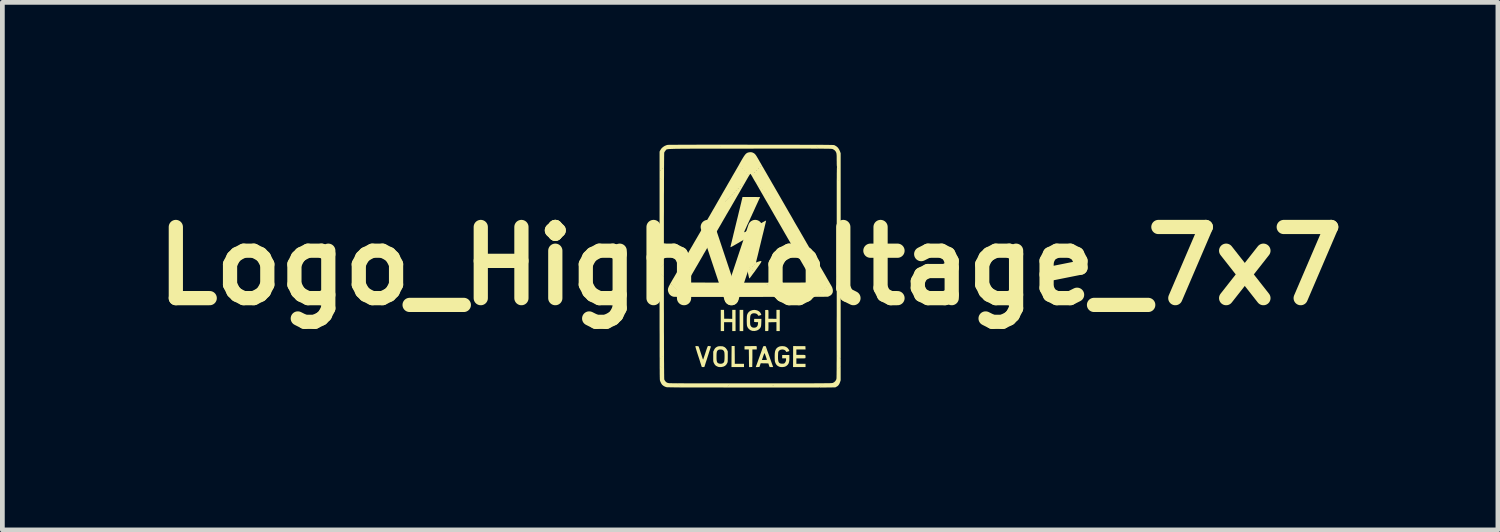
<source format=kicad_pcb>
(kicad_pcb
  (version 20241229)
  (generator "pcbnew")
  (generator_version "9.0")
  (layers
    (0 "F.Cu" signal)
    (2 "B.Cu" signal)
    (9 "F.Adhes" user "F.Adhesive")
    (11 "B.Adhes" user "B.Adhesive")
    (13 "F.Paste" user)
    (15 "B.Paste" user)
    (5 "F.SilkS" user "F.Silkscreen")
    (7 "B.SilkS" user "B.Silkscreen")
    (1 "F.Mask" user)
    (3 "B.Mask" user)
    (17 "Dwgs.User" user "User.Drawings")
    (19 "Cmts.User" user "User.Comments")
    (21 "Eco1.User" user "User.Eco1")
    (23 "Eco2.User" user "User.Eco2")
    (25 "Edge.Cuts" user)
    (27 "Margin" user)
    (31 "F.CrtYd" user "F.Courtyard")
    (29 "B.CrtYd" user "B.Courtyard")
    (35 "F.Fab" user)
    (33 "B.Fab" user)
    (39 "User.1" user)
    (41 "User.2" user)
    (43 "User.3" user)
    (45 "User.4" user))
  (footprint "Logo_HighVoltage_7x7"
    (layer "F.Cu")
    (at 12.764 2.557)
    (property "Reference" "Logo_HighVoltage_7x7" (at 0 0 0) (layer "F.SilkS") (effects (font (size 1.5 1.5) (thickness 0.3))))
    (attr board_only exclude_from_pos_files exclude_from_bom)
    (fp_poly (pts (xy -0.145 1.15) (xy -0.145 1.373) (xy -0.183 1.373) (xy -0.221 1.373) (xy -0.221 1.15) (xy -0.221 0.926) (xy -0.183 0.926) (xy -0.145 0.926)) (stroke (width 0) (type solid)) (fill yes) (layer "F.SilkS"))
    (fp_poly (pts (xy -0.324 1.875) (xy -0.323 2.062) (xy -0.226 2.062) (xy -0.129 2.062) (xy -0.129 2.097) (xy -0.129 2.132) (xy -0.261 2.132) (xy -0.393 2.132) (xy -0.392 1.91) (xy -0.39 1.688) (xy -0.358 1.688) (xy -0.326 1.688)) (stroke (width 0) (type solid)) (fill yes) (layer "F.SilkS"))
    (fp_poly (pts (xy -0.548 1.019) (xy -0.547 1.112) (xy -0.462 1.113) (xy -0.377 1.115) (xy -0.377 1.021) (xy -0.377 0.926) (xy -0.342 0.926) (xy -0.307 0.926) (xy -0.307 1.15) (xy -0.307 1.373) (xy -0.342 1.373) (xy -0.377 1.373) (xy -0.377 1.279) (xy -0.377 1.185) (xy -0.463 1.185) (xy -0.549 1.185) (xy -0.549 1.279) (xy -0.549 1.373) (xy -0.584 1.373) (xy -0.619 1.373) (xy -0.619 1.15) (xy -0.619 0.926) (xy -0.584 0.926) (xy -0.55 0.926)) (stroke (width 0) (type solid)) (fill yes) (layer "F.SilkS"))
    (fp_poly (pts (xy 1.037 1.69) (xy 1.166 1.691) (xy 1.167 1.726) (xy 1.169 1.761) (xy 1.072 1.761) (xy 0.975 1.761) (xy 0.975 1.817) (xy 0.975 1.874) (xy 1.059 1.874) (xy 1.096 1.874) (xy 1.124 1.874) (xy 1.143 1.876) (xy 1.156 1.878) (xy 1.164 1.883) (xy 1.167 1.889) (xy 1.168 1.899) (xy 1.168 1.911) (xy 1.168 1.912) (xy 1.168 1.931) (xy 1.165 1.942) (xy 1.16 1.946) (xy 1.152 1.947) (xy 1.135 1.948) (xy 1.112 1.949) (xy 1.083 1.949) (xy 1.063 1.949) (xy 0.975 1.949) (xy 0.975 2.006) (xy 0.975 2.062) (xy 1.072 2.062) (xy 1.168 2.062) (xy 1.168 2.097) (xy 1.168 2.132) (xy 1.037 2.132) (xy 0.905 2.132) (xy 0.906 1.911) (xy 0.907 1.689)) (stroke (width 0) (type solid)) (fill yes) (layer "F.SilkS"))
    (fp_poly (pts (xy 0.625 1.15) (xy 0.625 1.373) (xy 0.59 1.373) (xy 0.555 1.373) (xy 0.555 1.279) (xy 0.555 1.184) (xy 0.471 1.186) (xy 0.387 1.187) (xy 0.387 1.273) (xy 0.387 1.303) (xy 0.386 1.329) (xy 0.385 1.35) (xy 0.384 1.363) (xy 0.384 1.366) (xy 0.378 1.369) (xy 0.365 1.372) (xy 0.349 1.373) (xy 0.334 1.373) (xy 0.322 1.372) (xy 0.317 1.369) (xy 0.317 1.363) (xy 0.317 1.347) (xy 0.317 1.323) (xy 0.317 1.292) (xy 0.317 1.254) (xy 0.317 1.212) (xy 0.317 1.165) (xy 0.317 1.147) (xy 0.318 0.929) (xy 0.349 0.927) (xy 0.367 0.927) (xy 0.377 0.928) (xy 0.382 0.932) (xy 0.385 0.94) (xy 0.385 0.94) (xy 0.386 0.951) (xy 0.387 0.97) (xy 0.387 0.994) (xy 0.387 1.023) (xy 0.387 1.033) (xy 0.386 1.112) (xy 0.47 1.113) (xy 0.555 1.115) (xy 0.555 1.021) (xy 0.555 0.926) (xy 0.59 0.926) (xy 0.625 0.926)) (stroke (width 0) (type solid)) (fill yes) (layer "F.SilkS"))
    (fp_poly (pts (xy 0.117 1.689) (xy 0.129 1.69) (xy 0.131 1.69) (xy 0.136 1.693) (xy 0.139 1.701) (xy 0.14 1.717) (xy 0.14 1.726) (xy 0.14 1.761) (xy 0.094 1.761) (xy 0.048 1.761) (xy 0.048 1.889) (xy 0.048 1.929) (xy 0.047 1.969) (xy 0.047 2.007) (xy 0.047 2.04) (xy 0.046 2.066) (xy 0.046 2.073) (xy 0.045 2.13) (xy 0.012 2.131) (xy -0.022 2.133) (xy -0.022 2.115) (xy -0.023 2.098) (xy -0.023 2.071) (xy -0.023 2.07) (xy 0.027 2.07) (xy 0.03 2.073) (xy 0.032 2.07) (xy 0.03 2.068) (xy 0.027 2.07) (xy -0.023 2.07) (xy -0.024 2.054) (xy 0.011 2.054) (xy 0.013 2.057) (xy 0.016 2.054) (xy 0.013 2.052) (xy 0.011 2.054) (xy -0.024 2.054) (xy -0.024 2.033) (xy -0.025 1.986) (xy -0.025 1.93) (xy -0.026 1.87) (xy -0.027 1.761) (xy -0.073 1.761) (xy -0.118 1.761) (xy -0.118 1.726) (xy -0.118 1.691) (xy 0.002 1.69) (xy 0.037 1.689) (xy 0.069 1.689) (xy 0.096 1.689)) (stroke (width 0) (type solid)) (fill yes) (layer "F.SilkS"))
    (fp_poly (pts (xy -0.866 1.688) (xy -0.85 1.69) (xy -0.836 1.693) (xy -0.828 1.696) (xy -0.827 1.698) (xy -0.83 1.708) (xy -0.835 1.726) (xy -0.844 1.752) (xy -0.853 1.783) (xy -0.865 1.817) (xy -0.876 1.854) (xy -0.888 1.892) (xy -0.9 1.929) (xy -0.911 1.964) (xy -0.921 1.994) (xy -0.929 2.019) (xy -0.932 2.027) (xy -0.941 2.056) (xy -0.949 2.082) (xy -0.956 2.103) (xy -0.96 2.116) (xy -0.961 2.12) (xy -0.965 2.128) (xy -0.972 2.131) (xy -0.986 2.132) (xy -0.991 2.132) (xy -1.009 2.131) (xy -1.019 2.127) (xy -1.021 2.126) (xy -1.023 2.118) (xy -1.028 2.103) (xy -1.035 2.081) (xy -1.043 2.055) (xy -1.047 2.044) (xy -1.055 2.017) (xy -1.066 1.982) (xy -1.079 1.942) (xy -1.093 1.9) (xy -1.107 1.857) (xy -1.115 1.832) (xy -1.129 1.786) (xy -1.14 1.75) (xy -1.148 1.723) (xy -1.152 1.705) (xy -1.154 1.694) (xy -1.153 1.691) (xy -1.144 1.689) (xy -1.129 1.689) (xy -1.112 1.69) (xy -1.097 1.692) (xy -1.088 1.695) (xy -1.087 1.695) (xy -1.084 1.702) (xy -1.079 1.716) (xy -1.071 1.737) (xy -1.063 1.762) (xy -1.061 1.769) (xy -1.044 1.821) (xy -1.03 1.863) (xy -1.019 1.898) (xy -1.01 1.924) (xy -1.004 1.944) (xy -0.999 1.958) (xy -0.995 1.966) (xy -0.993 1.971) (xy -0.991 1.972) (xy -0.99 1.972) (xy -0.988 1.966) (xy -0.982 1.951) (xy -0.975 1.929) (xy -0.965 1.9) (xy -0.954 1.867) (xy -0.942 1.83) (xy -0.942 1.83) (xy -0.93 1.793) (xy -0.919 1.76) (xy -0.909 1.731) (xy -0.9 1.709) (xy -0.894 1.695) (xy -0.891 1.689) (xy -0.891 1.689) (xy -0.881 1.687)) (stroke (width 0) (type solid)) (fill yes) (layer "F.SilkS"))
    (fp_poly (pts (xy 0.723 1.694) (xy 0.757 1.706) (xy 0.786 1.726) (xy 0.797 1.738) (xy 0.811 1.757) (xy 0.821 1.774) (xy 0.826 1.787) (xy 0.824 1.795) (xy 0.822 1.796) (xy 0.811 1.8) (xy 0.795 1.805) (xy 0.78 1.809) (xy 0.767 1.812) (xy 0.762 1.813) (xy 0.762 1.813) (xy 0.759 1.808) (xy 0.753 1.797) (xy 0.752 1.795) (xy 0.737 1.778) (xy 0.715 1.766) (xy 0.685 1.761) (xy 0.678 1.761) (xy 0.646 1.765) (xy 0.62 1.777) (xy 0.602 1.797) (xy 0.601 1.799) (xy 0.596 1.807) (xy 0.593 1.817) (xy 0.591 1.831) (xy 0.59 1.849) (xy 0.589 1.875) (xy 0.588 1.901) (xy 0.588 1.947) (xy 0.591 1.984) (xy 0.596 2.012) (xy 0.605 2.032) (xy 0.617 2.046) (xy 0.635 2.055) (xy 0.657 2.059) (xy 0.677 2.06) (xy 0.698 2.059) (xy 0.711 2.058) (xy 0.72 2.054) (xy 0.728 2.047) (xy 0.733 2.042) (xy 0.748 2.019) (xy 0.757 1.99) (xy 0.758 1.964) (xy 0.757 1.947) (xy 0.716 1.947) (xy 0.676 1.947) (xy 0.676 1.912) (xy 0.676 1.877) (xy 0.751 1.877) (xy 0.827 1.877) (xy 0.828 1.938) (xy 0.827 1.987) (xy 0.82 2.028) (xy 0.808 2.061) (xy 0.789 2.087) (xy 0.764 2.108) (xy 0.751 2.116) (xy 0.724 2.126) (xy 0.692 2.131) (xy 0.659 2.132) (xy 0.629 2.128) (xy 0.61 2.122) (xy 0.58 2.106) (xy 0.558 2.087) (xy 0.542 2.063) (xy 0.536 2.05) (xy 0.53 2.036) (xy 0.525 2.023) (xy 0.522 2.008) (xy 0.52 1.99) (xy 0.519 1.965) (xy 0.518 1.939) (xy 0.518 1.884) (xy 0.52 1.838) (xy 0.526 1.801) (xy 0.536 1.771) (xy 0.549 1.747) (xy 0.567 1.727) (xy 0.576 1.72) (xy 0.601 1.705) (xy 0.627 1.695) (xy 0.658 1.691) (xy 0.682 1.69)) (stroke (width 0) (type solid)) (fill yes) (layer "F.SilkS"))
    (fp_poly (pts (xy 0.124 0.93) (xy 0.159 0.941) (xy 0.19 0.959) (xy 0.214 0.983) (xy 0.231 1.014) (xy 0.234 1.021) (xy 0.235 1.028) (xy 0.231 1.033) (xy 0.22 1.038) (xy 0.208 1.042) (xy 0.189 1.047) (xy 0.177 1.049) (xy 0.17 1.047) (xy 0.166 1.041) (xy 0.162 1.033) (xy 0.15 1.017) (xy 0.13 1.006) (xy 0.106 0.999) (xy 0.08 0.997) (xy 0.055 1) (xy 0.034 1.01) (xy 0.033 1.01) (xy 0.022 1.02) (xy 0.013 1.032) (xy 0.007 1.046) (xy 0.003 1.065) (xy 0.000363 1.091) (xy -0.001 1.125) (xy -0.001 1.149) (xy -0.001 1.183) (xy 0 1.208) (xy 0.001 1.226) (xy 0.003 1.239) (xy 0.006 1.249) (xy 0.01 1.259) (xy 0.011 1.26) (xy 0.025 1.281) (xy 0.043 1.294) (xy 0.068 1.301) (xy 0.099 1.301) (xy 0.126 1.293) (xy 0.146 1.276) (xy 0.16 1.251) (xy 0.166 1.219) (xy 0.168 1.185) (xy 0.126 1.184) (xy 0.104 1.182) (xy 0.092 1.181) (xy 0.086 1.178) (xy 0.084 1.173) (xy 0.084 1.173) (xy 0.085 1.161) (xy 0.085 1.145) (xy 0.085 1.139) (xy 0.086 1.115) (xy 0.162 1.115) (xy 0.238 1.115) (xy 0.236 1.191) (xy 0.234 1.229) (xy 0.232 1.257) (xy 0.227 1.28) (xy 0.219 1.298) (xy 0.208 1.314) (xy 0.193 1.33) (xy 0.193 1.33) (xy 0.164 1.351) (xy 0.13 1.364) (xy 0.092 1.371) (xy 0.053 1.369) (xy 0.044 1.368) (xy 0.008 1.355) (xy -0.022 1.333) (xy -0.047 1.305) (xy -0.063 1.27) (xy -0.065 1.264) (xy -0.067 1.25) (xy -0.069 1.227) (xy -0.07 1.198) (xy -0.071 1.166) (xy -0.071 1.132) (xy -0.07 1.1) (xy -0.069 1.071) (xy -0.067 1.048) (xy -0.065 1.034) (xy -0.051 1.001) (xy -0.03 0.972) (xy -0.002 0.95) (xy 0.009 0.944) (xy 0.048 0.931) (xy 0.087 0.926)) (stroke (width 0) (type solid)) (fill yes) (layer "F.SilkS"))
    (fp_poly (pts (xy -0.592 1.693) (xy -0.574 1.695) (xy -0.572 1.696) (xy -0.54 1.71) (xy -0.512 1.733) (xy -0.49 1.764) (xy -0.487 1.769) (xy -0.471 1.801) (xy -0.471 1.912) (xy -0.471 1.949) (xy -0.472 1.978) (xy -0.472 1.999) (xy -0.473 2.015) (xy -0.475 2.027) (xy -0.478 2.037) (xy -0.482 2.046) (xy -0.484 2.05) (xy -0.504 2.083) (xy -0.531 2.107) (xy -0.565 2.123) (xy -0.606 2.131) (xy -0.627 2.132) (xy -0.651 2.131) (xy -0.67 2.128) (xy -0.69 2.12) (xy -0.699 2.116) (xy -0.722 2.103) (xy -0.738 2.088) (xy -0.752 2.069) (xy -0.766 2.042) (xy -0.77 2.033) (xy -0.773 2.023) (xy -0.776 2.011) (xy -0.777 1.996) (xy -0.778 1.975) (xy -0.778 1.947) (xy -0.778 1.912) (xy -0.708 1.912) (xy -0.708 1.952) (xy -0.706 1.984) (xy -0.702 2.007) (xy -0.697 2.025) (xy -0.689 2.038) (xy -0.678 2.047) (xy -0.668 2.053) (xy -0.644 2.06) (xy -0.617 2.062) (xy -0.592 2.058) (xy -0.578 2.052) (xy -0.565 2.043) (xy -0.556 2.034) (xy -0.549 2.023) (xy -0.545 2.008) (xy -0.542 1.987) (xy -0.54 1.958) (xy -0.539 1.925) (xy -0.539 1.884) (xy -0.54 1.853) (xy -0.542 1.828) (xy -0.546 1.81) (xy -0.552 1.796) (xy -0.561 1.784) (xy -0.565 1.78) (xy -0.576 1.771) (xy -0.587 1.766) (xy -0.603 1.763) (xy -0.618 1.762) (xy -0.64 1.762) (xy -0.656 1.764) (xy -0.668 1.769) (xy -0.672 1.771) (xy -0.684 1.78) (xy -0.693 1.791) (xy -0.7 1.805) (xy -0.704 1.824) (xy -0.707 1.849) (xy -0.708 1.883) (xy -0.708 1.912) (xy -0.778 1.912) (xy -0.778 1.911) (xy -0.778 1.806) (xy -0.76 1.77) (xy -0.748 1.748) (xy -0.736 1.732) (xy -0.721 1.719) (xy -0.713 1.714) (xy -0.697 1.704) (xy -0.683 1.698) (xy -0.667 1.694) (xy -0.646 1.692) (xy -0.639 1.692) (xy -0.615 1.692)) (stroke (width 0) (type solid)) (fill yes) (layer "F.SilkS"))
    (fp_poly (pts (xy 0.318 1.689) (xy 0.326 1.692) (xy 0.332 1.7) (xy 0.338 1.716) (xy 0.343 1.731) (xy 0.348 1.744) (xy 0.355 1.765) (xy 0.365 1.794) (xy 0.378 1.828) (xy 0.392 1.867) (xy 0.407 1.909) (xy 0.419 1.945) (xy 0.434 1.987) (xy 0.448 2.026) (xy 0.46 2.06) (xy 0.471 2.089) (xy 0.478 2.11) (xy 0.483 2.125) (xy 0.485 2.13) (xy 0.48 2.131) (xy 0.467 2.132) (xy 0.449 2.132) (xy 0.448 2.132) (xy 0.411 2.132) (xy 0.397 2.093) (xy 0.384 2.054) (xy 0.304 2.053) (xy 0.223 2.051) (xy 0.21 2.091) (xy 0.196 2.13) (xy 0.157 2.131) (xy 0.119 2.133) (xy 0.126 2.112) (xy 0.144 2.064) (xy 0.162 2.013) (xy 0.173 1.982) (xy 0.249 1.982) (xy 0.303 1.982) (xy 0.328 1.981) (xy 0.345 1.98) (xy 0.353 1.978) (xy 0.354 1.975) (xy 0.352 1.967) (xy 0.346 1.952) (xy 0.339 1.931) (xy 0.33 1.905) (xy 0.328 1.899) (xy 0.318 1.87) (xy 0.309 1.85) (xy 0.304 1.839) (xy 0.301 1.838) (xy 0.297 1.846) (xy 0.291 1.862) (xy 0.283 1.883) (xy 0.274 1.908) (xy 0.273 1.914) (xy 0.249 1.982) (xy 0.173 1.982) (xy 0.18 1.962) (xy 0.198 1.913) (xy 0.215 1.865) (xy 0.231 1.822) (xy 0.234 1.812) (xy 0.253 1.812) (xy 0.256 1.815) (xy 0.258 1.812) (xy 0.256 1.809) (xy 0.253 1.812) (xy 0.234 1.812) (xy 0.244 1.784) (xy 0.249 1.769) (xy 0.296 1.769) (xy 0.299 1.772) (xy 0.302 1.769) (xy 0.299 1.766) (xy 0.296 1.769) (xy 0.249 1.769) (xy 0.254 1.755) (xy 0.314 1.755) (xy 0.314 1.755) (xy 0.319 1.752) (xy 0.32 1.75) (xy 0.322 1.745) (xy 0.321 1.745) (xy 0.316 1.748) (xy 0.315 1.75) (xy 0.314 1.755) (xy 0.254 1.755) (xy 0.255 1.752) (xy 0.264 1.728) (xy 0.268 1.716) (xy 0.275 1.7) (xy 0.283 1.691) (xy 0.285 1.69) (xy 0.297 1.69) (xy 0.309 1.689)) (stroke (width 0) (type solid)) (fill yes) (layer "F.SilkS"))
    (fp_poly (pts (xy 0.068 -1.454) (xy 0.108 -1.454) (xy 0.143 -1.453) (xy 0.172 -1.453) (xy 0.193 -1.453) (xy 0.207 -1.452) (xy 0.21 -1.452) (xy 0.208 -1.446) (xy 0.202 -1.433) (xy 0.194 -1.415) (xy 0.185 -1.397) (xy 0.174 -1.372) (xy 0.163 -1.349) (xy 0.155 -1.33) (xy 0.151 -1.322) (xy 0.144 -1.307) (xy 0.134 -1.286) (xy 0.124 -1.263) (xy 0.121 -1.257) (xy 0.112 -1.238) (xy 0.1 -1.211) (xy 0.086 -1.18) (xy 0.071 -1.147) (xy 0.061 -1.125) (xy 0.046 -1.093) (xy 0.032 -1.061) (xy 0.018 -1.032) (xy 0.007 -1.008) (xy 0.002 -0.996) (xy -0.007 -0.977) (xy -0.019 -0.951) (xy -0.033 -0.921) (xy -0.048 -0.889) (xy -0.057 -0.87) (xy -0.071 -0.839) (xy -0.084 -0.809) (xy -0.096 -0.783) (xy -0.105 -0.763) (xy -0.11 -0.754) (xy -0.117 -0.737) (xy -0.122 -0.724) (xy -0.124 -0.718) (xy -0.124 -0.715) (xy -0.123 -0.713) (xy -0.122 -0.711) (xy -0.119 -0.711) (xy -0.113 -0.713) (xy -0.104 -0.717) (xy -0.092 -0.723) (xy -0.075 -0.732) (xy -0.053 -0.744) (xy -0.025 -0.759) (xy 0.009 -0.778) (xy 0.05 -0.801) (xy 0.099 -0.828) (xy 0.156 -0.86) (xy 0.19 -0.879) (xy 0.226 -0.899) (xy 0.259 -0.917) (xy 0.287 -0.933) (xy 0.31 -0.945) (xy 0.327 -0.953) (xy 0.335 -0.957) (xy 0.336 -0.958) (xy 0.336 -0.952) (xy 0.333 -0.937) (xy 0.328 -0.915) (xy 0.321 -0.886) (xy 0.313 -0.853) (xy 0.304 -0.815) (xy 0.304 -0.813) (xy 0.293 -0.769) (xy 0.282 -0.723) (xy 0.271 -0.678) (xy 0.26 -0.636) (xy 0.252 -0.6) (xy 0.247 -0.582) (xy 0.226 -0.494) (xy 0.207 -0.416) (xy 0.19 -0.347) (xy 0.176 -0.287) (xy 0.163 -0.234) (xy 0.152 -0.189) (xy 0.143 -0.155) (xy 0.135 -0.121) (xy 0.129 -0.096) (xy 0.127 -0.081) (xy 0.126 -0.073) (xy 0.129 -0.072) (xy 0.129 -0.072) (xy 0.138 -0.077) (xy 0.154 -0.084) (xy 0.175 -0.091) (xy 0.183 -0.094) (xy 0.206 -0.1) (xy 0.22 -0.103) (xy 0.229 -0.104) (xy 0.235 -0.101) (xy 0.236 -0.1) (xy 0.238 -0.096) (xy 0.237 -0.09) (xy 0.232 -0.079) (xy 0.223 -0.063) (xy 0.208 -0.041) (xy 0.198 -0.026) (xy 0.18 -0.000421) (xy 0.158 0.031) (xy 0.133 0.066) (xy 0.107 0.102) (xy 0.083 0.135) (xy 0.062 0.163) (xy 0.042 0.19) (xy 0.025 0.214) (xy 0.011 0.232) (xy 0.002 0.244) (xy 0.001 0.246) (xy -0.008 0.257) (xy -0.015 0.263) (xy -0.016 0.264) (xy -0.019 0.259) (xy -0.023 0.246) (xy -0.028 0.226) (xy -0.031 0.211) (xy -0.036 0.191) (xy -0.042 0.164) (xy -0.049 0.131) (xy -0.058 0.095) (xy -0.06 0.086) (xy 0.049 0.086) (xy 0.05 0.089) (xy 0.053 0.093) (xy 0.061 0.101) (xy 0.065 0.101) (xy 0.065 0.1) (xy 0.061 0.096) (xy 0.055 0.091) (xy 0.049 0.086) (xy -0.06 0.086) (xy -0.063 0.073) (xy -0.022 0.073) (xy -0.019 0.075) (xy -0.016 0.073) (xy -0.019 0.07) (xy -0.022 0.073) (xy -0.063 0.073) (xy -0.066 0.057) (xy -0.069 0.046) (xy 0.005 0.046) (xy 0.008 0.048) (xy 0.011 0.046) (xy 0.008 0.043) (xy 0.005 0.046) (xy -0.069 0.046) (xy -0.073 0.03) (xy -0.011 0.03) (xy -0.008 0.032) (xy -0.005 0.03) (xy -0.008 0.027) (xy -0.011 0.03) (xy -0.073 0.03) (xy -0.075 0.018) (xy -0.079 0.000041) (xy -0.037 0.000041) (xy -0.036 0.003) (xy -0.033 0.007) (xy -0.025 0.015) (xy -0.022 0.015) (xy -0.022 0.014) (xy -0.025 0.01) (xy 0.044 0.01) (xy 0.045 0.011) (xy 0.05 0.007) (xy 0.051 0.005) (xy 0.053 0.000351) (xy 0.052 0) (xy 0.047 0.004) (xy 0.046 0.005) (xy 0.044 0.01) (xy -0.025 0.01) (xy -0.025 0.01) (xy -0.031 0.005) (xy -0.037 0.000041) (xy -0.079 0.000041) (xy -0.082 -0.013) (xy 0.065 -0.013) (xy 0.067 -0.011) (xy 0.07 -0.013) (xy 0.067 -0.016) (xy 0.065 -0.013) (xy -0.082 -0.013) (xy -0.084 -0.021) (xy -0.088 -0.036) (xy -0.075 -0.036) (xy -0.073 -0.033) (xy -0.068 -0.027) (xy -0.065 -0.029) (xy -0.065 -0.029) (xy -0.067 -0.033) (xy 0.087 -0.033) (xy 0.088 -0.032) (xy 0.093 -0.036) (xy 0.094 -0.038) (xy 0.096 -0.043) (xy 0.095 -0.043) (xy 0.09 -0.039) (xy 0.089 -0.038) (xy 0.087 -0.033) (xy -0.067 -0.033) (xy -0.068 -0.034) (xy -0.071 -0.036) (xy -0.075 -0.036) (xy -0.088 -0.036) (xy -0.092 -0.057) (xy 0.108 -0.057) (xy 0.11 -0.054) (xy 0.113 -0.057) (xy 0.11 -0.059) (xy 0.108 -0.057) (xy -0.092 -0.057) (xy -0.093 -0.057) (xy -0.1 -0.09) (xy -0.107 -0.118) (xy -0.112 -0.139) (xy -0.115 -0.151) (xy -0.116 -0.155) (xy -0.114 -0.162) (xy -0.108 -0.167) (xy -0.102 -0.168) (xy -0.093 -0.164) (xy -0.079 -0.156) (xy -0.06 -0.141) (xy -0.057 -0.139) (xy -0.039 -0.126) (xy -0.025 -0.115) (xy -0.016 -0.11) (xy -0.013 -0.109) (xy -0.012 -0.115) (xy -0.009 -0.131) (xy -0.006 -0.155) (xy -0.001 -0.187) (xy 0.004 -0.227) (xy 0.01 -0.272) (xy 0.016 -0.322) (xy 0.023 -0.376) (xy 0.03 -0.428) (xy 0.035 -0.47) (xy 0.04 -0.51) (xy 0.044 -0.546) (xy 0.049 -0.578) (xy 0.052 -0.602) (xy 0.054 -0.617) (xy 0.054 -0.619) (xy 0.057 -0.637) (xy 0.058 -0.65) (xy 0.057 -0.655) (xy 0.052 -0.654) (xy 0.038 -0.647) (xy 0.018 -0.636) (xy -0.009 -0.621) (xy -0.041 -0.603) (xy -0.078 -0.583) (xy -0.117 -0.561) (xy -0.159 -0.537) (xy -0.202 -0.513) (xy -0.215 -0.505) (xy -0.227 -0.498) (xy -0.245 -0.487) (xy -0.269 -0.474) (xy -0.294 -0.459) (xy -0.302 -0.455) (xy -0.338 -0.434) (xy -0.366 -0.418) (xy -0.387 -0.407) (xy -0.401 -0.4) (xy -0.41 -0.397) (xy -0.414 -0.397) (xy -0.415 -0.399) (xy -0.413 -0.406) (xy -0.41 -0.422) (xy -0.405 -0.444) (xy -0.399 -0.47) (xy -0.396 -0.481) (xy -0.388 -0.513) (xy -0.379 -0.551) (xy -0.369 -0.592) (xy -0.359 -0.633) (xy -0.353 -0.66) (xy -0.332 -0.745) (xy -0.309 -0.84) (xy -0.284 -0.943) (xy -0.258 -1.047) (xy -0.24 -1.123) (xy -0.224 -1.188) (xy -0.21 -1.244) (xy -0.199 -1.292) (xy -0.189 -1.331) (xy -0.182 -1.363) (xy -0.176 -1.388) (xy -0.171 -1.407) (xy -0.169 -1.415) (xy -0.161 -1.454) (xy 0.025 -1.454)) (stroke (width 0) (type solid)) (fill yes) (layer "F.SilkS"))
    (fp_poly (pts (xy -0.505 -2.557) (xy -0.341 -2.557) (xy -0.166 -2.557) (xy 0.018 -2.556) (xy 0.024 -2.556) (xy 0.187 -2.556) (xy 0.339 -2.556) (xy 0.481 -2.556) (xy 0.613 -2.556) (xy 0.736 -2.556) (xy 0.85 -2.556) (xy 0.956 -2.556) (xy 1.052 -2.555) (xy 1.141 -2.555) (xy 1.223 -2.555) (xy 1.297 -2.555) (xy 1.364 -2.555) (xy 1.424 -2.554) (xy 1.478 -2.554) (xy 1.527 -2.554) (xy 1.569 -2.553) (xy 1.607 -2.553) (xy 1.64 -2.553) (xy 1.668 -2.552) (xy 1.692 -2.552) (xy 1.712 -2.551) (xy 1.729 -2.551) (xy 1.743 -2.55) (xy 1.753 -2.55) (xy 1.762 -2.549) (xy 1.768 -2.548) (xy 1.773 -2.548) (xy 1.776 -2.547) (xy 1.778 -2.546) (xy 1.818 -2.523) (xy 1.851 -2.494) (xy 1.876 -2.457) (xy 1.896 -2.412) (xy 1.909 -2.377) (xy 1.909 0.016) (xy 1.909 2.41) (xy 1.896 2.449) (xy 1.882 2.484) (xy 1.866 2.51) (xy 1.846 2.531) (xy 1.825 2.544) (xy 1.796 2.56) (xy 1.632 2.562) (xy 1.468 2.564) (xy 1.478 2.551) (xy 1.489 2.539) (xy 1.475 2.551) (xy 1.461 2.563) (xy -0.135 2.563) (xy -0.3 2.563) (xy -0.454 2.563) (xy -0.598 2.562) (xy -0.732 2.562) (xy -0.856 2.562) (xy -0.971 2.562) (xy -1.077 2.562) (xy -1.174 2.562) (xy -1.263 2.561) (xy -1.343 2.561) (xy -1.415 2.561) (xy -1.48 2.561) (xy -1.537 2.56) (xy -1.587 2.56) (xy -1.63 2.559) (xy -1.667 2.559) (xy -1.697 2.558) (xy -1.721 2.558) (xy -1.739 2.557) (xy -1.752 2.557) (xy -1.759 2.556) (xy -1.761 2.556) (xy -1.795 2.545) (xy -1.796 2.544) (xy -1.47 2.544) (xy -1.467 2.547) (xy -1.465 2.544) (xy -0.479 2.544) (xy -0.477 2.547) (xy -0.474 2.544) (xy -0.477 2.542) (xy -0.479 2.544) (xy -1.465 2.544) (xy -1.467 2.542) (xy -1.47 2.544) (xy -1.796 2.544) (xy -1.826 2.528) (xy -1.486 2.528) (xy -1.484 2.531) (xy -1.483 2.53) (xy -0.462 2.53) (xy -0.461 2.531) (xy -0.456 2.527) (xy -0.455 2.525) (xy -0.454 2.52) (xy -0.454 2.52) (xy -0.459 2.524) (xy -0.46 2.525) (xy -0.462 2.53) (xy -1.483 2.53) (xy -1.481 2.528) (xy -1.484 2.525) (xy -1.486 2.528) (xy -1.826 2.528) (xy -1.827 2.527) (xy -1.842 2.515) (xy 0.474 2.515) (xy 0.476 2.518) (xy 0.479 2.521) (xy 0.486 2.53) (xy 0.49 2.53) (xy 0.49 2.529) (xy 0.486 2.524) (xy 0.481 2.519) (xy 0.474 2.515) (xy -1.842 2.515) (xy -1.846 2.512) (xy 1.513 2.512) (xy 1.516 2.515) (xy 1.519 2.512) (xy 1.516 2.509) (xy 1.513 2.512) (xy -1.846 2.512) (xy -1.853 2.506) (xy -1.853 2.506) (xy -1.857 2.501) (xy -1.513 2.501) (xy -1.51 2.504) (xy -1.508 2.501) (xy -0.436 2.501) (xy -0.433 2.504) (xy -0.431 2.501) (xy -0.433 2.499) (xy -0.436 2.501) (xy -1.508 2.501) (xy -1.51 2.499) (xy -1.513 2.501) (xy -1.857 2.501) (xy -1.869 2.485) (xy -1.529 2.485) (xy -1.527 2.488) (xy -1.524 2.485) (xy -1.527 2.482) (xy -1.529 2.485) (xy -1.869 2.485) (xy -1.869 2.485) (xy -1.884 2.457) (xy -1.897 2.427) (xy -1.902 2.41) (xy -1.902 2.406) (xy -1.903 2.399) (xy -1.903 2.389) (xy -1.904 2.375) (xy -1.904 2.357) (xy -1.905 2.335) (xy -1.905 2.309) (xy -1.906 2.278) (xy -1.906 2.242) (xy -1.906 2.2) (xy -1.907 2.153) (xy -1.907 2.14) (xy -1.874 2.14) (xy -1.871 2.143) (xy -1.869 2.14) (xy -1.871 2.138) (xy -1.874 2.14) (xy -1.907 2.14) (xy -1.907 2.114) (xy -1.901 2.114) (xy -1.898 2.116) (xy -1.895 2.114) (xy -1.898 2.111) (xy -1.901 2.114) (xy -1.907 2.114) (xy -1.907 2.1) (xy -1.907 2.042) (xy -1.907 1.976) (xy -1.907 1.952) (xy -1.89 1.952) (xy -1.887 1.955) (xy -1.885 1.952) (xy -1.887 1.949) (xy -1.89 1.952) (xy -1.907 1.952) (xy -1.908 1.909) (xy -1.847 1.909) (xy -1.844 1.912) (xy -1.842 1.909) (xy -1.844 1.906) (xy -1.847 1.909) (xy -1.908 1.909) (xy -1.908 1.905) (xy -1.908 1.826) (xy -1.908 1.74) (xy -1.908 1.647) (xy -1.908 1.546) (xy -1.908 1.437) (xy -1.909 1.32) (xy -1.909 1.194) (xy -1.909 1.059) (xy -1.909 0.916) (xy -1.909 0.763) (xy -1.909 0.6) (xy -1.909 0.428) (xy -1.909 0.245) (xy -1.909 0.223) (xy -1.831 0.223) (xy -1.828 0.226) (xy -1.825 0.223) (xy -1.828 0.221) (xy -1.831 0.223) (xy -1.909 0.223) (xy -1.909 0.197) (xy -1.858 0.197) (xy -1.855 0.199) (xy -1.852 0.197) (xy -1.855 0.194) (xy -1.858 0.197) (xy -1.909 0.197) (xy -1.909 0.18) (xy -1.874 0.18) (xy -1.871 0.183) (xy -1.869 0.18) (xy -1.871 0.178) (xy -1.874 0.18) (xy -1.909 0.18) (xy -1.909 0.153) (xy -1.901 0.153) (xy -1.898 0.156) (xy -1.895 0.153) (xy -1.898 0.151) (xy -1.901 0.153) (xy -1.909 0.153) (xy -1.909 0.052) (xy -1.909 0.03) (xy -1.901 0.03) (xy -1.898 0.032) (xy -1.895 0.03) (xy -1.898 0.027) (xy -1.901 0.03) (xy -1.909 0.03) (xy -1.909 0.003) (xy -1.874 0.003) (xy -1.871 0.005) (xy -1.869 0.003) (xy -1.871 0) (xy -1.874 0.003) (xy -1.909 0.003) (xy -1.909 -0.013) (xy -1.858 -0.013) (xy -1.855 -0.011) (xy -1.852 -0.013) (xy -1.855 -0.016) (xy -1.858 -0.013) (xy -1.909 -0.013) (xy -1.909 -0.04) (xy -1.831 -0.04) (xy -1.828 -0.038) (xy -1.825 -0.04) (xy -1.828 -0.043) (xy -1.831 -0.04) (xy -1.909 -0.04) (xy -1.909 -0.073) (xy -1.818 -0.073) (xy -1.818 0.066) (xy -1.818 0.205) (xy -1.818 0.344) (xy -1.818 0.481) (xy -1.818 0.617) (xy -1.818 0.752) (xy -1.818 0.883) (xy -1.817 1.013) (xy -1.817 1.139) (xy -1.817 1.261) (xy -1.817 1.38) (xy -1.816 1.494) (xy -1.816 1.603) (xy -1.816 1.707) (xy -1.815 1.805) (xy -1.815 1.898) (xy -1.815 1.983) (xy -1.814 2.062) (xy -1.814 2.134) (xy -1.813 2.197) (xy -1.813 2.253) (xy -1.812 2.3) (xy -1.812 2.337) (xy -1.811 2.366) (xy -1.811 2.384) (xy -1.81 2.392) (xy -1.81 2.393) (xy -1.798 2.416) (xy -1.781 2.438) (xy -1.761 2.455) (xy -1.755 2.458) (xy -1.741 2.464) (xy -1.721 2.469) (xy -1.711 2.471) (xy -1.704 2.471) (xy -1.685 2.472) (xy -1.657 2.472) (xy -1.619 2.473) (xy -1.572 2.473) (xy -1.516 2.473) (xy -1.451 2.473) (xy -1.378 2.474) (xy -1.298 2.474) (xy -1.209 2.474) (xy -1.114 2.474) (xy -1.012 2.475) (xy -0.904 2.475) (xy -0.789 2.475) (xy -0.669 2.475) (xy -0.544 2.475) (xy -0.413 2.475) (xy -0.279 2.475) (xy -0.139 2.475) (xy 0.003 2.475) (xy 0.019 2.475) (xy 0.179 2.475) (xy 0.33 2.475) (xy 0.47 2.475) (xy 0.6 2.475) (xy 0.721 2.475) (xy 0.834 2.475) (xy 0.937 2.474) (xy 1.032 2.474) (xy 1.119 2.474) (xy 1.199 2.474) (xy 1.272 2.474) (xy 1.337 2.474) (xy 1.396 2.473) (xy 1.449 2.473) (xy 1.496 2.473) (xy 1.538 2.473) (xy 1.574 2.472) (xy 1.606 2.472) (xy 1.634 2.472) (xy 1.657 2.471) (xy 1.677 2.471) (xy 1.693 2.47) (xy 1.706 2.47) (xy 1.717 2.469) (xy 1.726 2.468) (xy 1.732 2.468) (xy 1.737 2.467) (xy 1.741 2.466) (xy 1.744 2.465) (xy 1.746 2.464) (xy 1.772 2.45) (xy 1.795 2.428) (xy 1.812 2.402) (xy 1.819 2.383) (xy 1.82 2.376) (xy 1.821 2.363) (xy 1.822 2.343) (xy 1.822 2.315) (xy 1.823 2.28) (xy 1.823 2.237) (xy 1.824 2.185) (xy 1.824 2.167) (xy 1.858 2.167) (xy 1.86 2.17) (xy 1.863 2.167) (xy 1.86 2.165) (xy 1.858 2.167) (xy 1.824 2.167) (xy 1.824 2.135) (xy 1.89 2.135) (xy 1.893 2.138) (xy 1.895 2.135) (xy 1.893 2.132) (xy 1.89 2.135) (xy 1.824 2.135) (xy 1.824 2.126) (xy 1.824 2.124) (xy 1.901 2.124) (xy 1.904 2.127) (xy 1.906 2.124) (xy 1.904 2.122) (xy 1.901 2.124) (xy 1.824 2.124) (xy 1.824 2.057) (xy 1.825 1.98) (xy 1.825 1.94) (xy 1.891 1.94) (xy 1.892 1.943) (xy 1.898 1.949) (xy 1.901 1.948) (xy 1.901 1.947) (xy 1.897 1.942) (xy 1.895 1.941) (xy 1.891 1.94) (xy 1.825 1.94) (xy 1.825 1.925) (xy 1.874 1.925) (xy 1.877 1.928) (xy 1.879 1.925) (xy 1.877 1.922) (xy 1.874 1.925) (xy 1.825 1.925) (xy 1.825 1.898) (xy 1.847 1.898) (xy 1.85 1.901) (xy 1.852 1.898) (xy 1.85 1.895) (xy 1.847 1.898) (xy 1.825 1.898) (xy 1.825 1.894) (xy 1.825 1.798) (xy 1.825 1.693) (xy 1.825 1.578) (xy 1.825 1.452) (xy 1.825 1.316) (xy 1.825 1.297) (xy 1.825 1.167) (xy 1.826 1.046) (xy 1.826 0.936) (xy 1.826 0.836) (xy 1.826 0.745) (xy 1.826 0.662) (xy 1.826 0.588) (xy 1.826 0.523) (xy 1.827 0.465) (xy 1.827 0.414) (xy 1.827 0.37) (xy 1.828 0.333) (xy 1.828 0.302) (xy 1.829 0.277) (xy 1.829 0.258) (xy 1.83 0.243) (xy 1.831 0.234) (xy 1.832 0.228) (xy 1.832 0.227) (xy 1.836 0.221) (xy 1.833 0.223) (xy 1.832 0.223) (xy 1.832 0.221) (xy 1.831 0.215) (xy 1.83 0.205) (xy 1.83 0.191) (xy 1.863 0.191) (xy 1.866 0.194) (xy 1.869 0.191) (xy 1.866 0.188) (xy 1.863 0.191) (xy 1.83 0.191) (xy 1.83 0.189) (xy 1.829 0.168) (xy 1.829 0.159) (xy 1.895 0.159) (xy 1.898 0.162) (xy 1.901 0.159) (xy 1.898 0.156) (xy 1.895 0.159) (xy 1.829 0.159) (xy 1.828 0.142) (xy 1.828 0.109) (xy 1.828 0.07) (xy 1.827 0.024) (xy 1.827 0.003) (xy 1.895 0.003) (xy 1.898 0.005) (xy 1.901 0.003) (xy 1.898 0) (xy 1.895 0.003) (xy 1.827 0.003) (xy 1.827 -0.029) (xy 1.827 -0.03) (xy 1.863 -0.03) (xy 1.866 -0.027) (xy 1.869 -0.03) (xy 1.866 -0.032) (xy 1.863 -0.03) (xy 1.827 -0.03) (xy 1.827 -0.09) (xy 1.826 -0.158) (xy 1.826 -0.234) (xy 1.826 -0.319) (xy 1.826 -0.413) (xy 1.826 -0.517) (xy 1.826 -0.629) (xy 1.826 -0.752) (xy 1.826 -0.885) (xy 1.826 -0.932) (xy 1.826 -1.067) (xy 1.826 -1.193) (xy 1.826 -1.308) (xy 1.826 -1.414) (xy 1.826 -1.51) (xy 1.826 -1.597) (xy 1.826 -1.676) (xy 1.826 -1.747) (xy 1.826 -1.796) (xy 1.858 -1.796) (xy 1.86 -1.793) (xy 1.863 -1.796) (xy 1.86 -1.799) (xy 1.858 -1.796) (xy 1.826 -1.796) (xy 1.826 -1.81) (xy 1.827 -1.865) (xy 1.827 -1.913) (xy 1.827 -1.954) (xy 1.828 -1.989) (xy 1.828 -2.018) (xy 1.829 -2.042) (xy 1.829 -2.054) (xy 1.863 -2.054) (xy 1.866 -2.052) (xy 1.869 -2.054) (xy 1.866 -2.057) (xy 1.863 -2.054) (xy 1.829 -2.054) (xy 1.829 -2.06) (xy 1.83 -2.073) (xy 1.831 -2.081) (xy 1.832 -2.085) (xy 1.832 -2.086) (xy 1.836 -2.085) (xy 1.832 -2.089) (xy 1.832 -2.09) (xy 1.83 -2.095) (xy 1.828 -2.107) (xy 1.827 -2.126) (xy 1.826 -2.153) (xy 1.826 -2.189) (xy 1.825 -2.227) (xy 1.825 -2.271) (xy 1.825 -2.307) (xy 1.824 -2.334) (xy 1.822 -2.355) (xy 1.82 -2.371) (xy 1.818 -2.383) (xy 1.817 -2.385) (xy 1.802 -2.416) (xy 1.779 -2.441) (xy 1.749 -2.46) (xy 1.739 -2.464) (xy 1.736 -2.465) (xy 1.732 -2.466) (xy 1.728 -2.467) (xy 1.722 -2.468) (xy 1.715 -2.468) (xy 1.706 -2.469) (xy 1.694 -2.47) (xy 1.68 -2.47) (xy 1.663 -2.471) (xy 1.643 -2.471) (xy 1.619 -2.472) (xy 1.59 -2.472) (xy 1.558 -2.472) (xy 1.52 -2.473) (xy 1.478 -2.473) (xy 1.43 -2.473) (xy 1.376 -2.473) (xy 1.316 -2.473) (xy 1.249 -2.474) (xy 1.175 -2.474) (xy 1.094 -2.474) (xy 1.006 -2.474) (xy 0.909 -2.474) (xy 0.805 -2.474) (xy 0.691 -2.474) (xy 0.569 -2.474) (xy 0.437 -2.474) (xy 0.295 -2.474) (xy 0.143 -2.474) (xy 0.004 -2.473) (xy -0.159 -2.473) (xy -0.312 -2.473) (xy -0.454 -2.473) (xy -0.587 -2.473) (xy -0.711 -2.473) (xy -0.826 -2.473) (xy -0.931 -2.473) (xy -1.029 -2.473) (xy -1.119 -2.473) (xy -1.201 -2.473) (xy -1.275 -2.472) (xy -1.343 -2.472) (xy -1.404 -2.472) (xy -1.459 -2.471) (xy -1.508 -2.47) (xy -1.552 -2.47) (xy -1.59 -2.469) (xy -1.623 -2.468) (xy -1.652 -2.467) (xy -1.677 -2.466) (xy -1.698 -2.465) (xy -1.715 -2.464) (xy -1.73 -2.462) (xy -1.741 -2.46) (xy -1.751 -2.459) (xy -1.758 -2.457) (xy -1.763 -2.454) (xy -1.767 -2.452) (xy -1.77 -2.449) (xy -1.773 -2.447) (xy -1.775 -2.444) (xy -1.777 -2.44) (xy -1.779 -2.437) (xy -1.782 -2.433) (xy -1.783 -2.433) (xy -1.796 -2.416) (xy -1.807 -2.398) (xy -1.811 -2.389) (xy -1.811 -2.382) (xy -1.812 -2.364) (xy -1.812 -2.336) (xy -1.813 -2.299) (xy -1.813 -2.253) (xy -1.814 -2.198) (xy -1.814 -2.135) (xy -1.815 -2.064) (xy -1.815 -1.986) (xy -1.815 -1.901) (xy -1.816 -1.809) (xy -1.816 -1.711) (xy -1.816 -1.608) (xy -1.817 -1.499) (xy -1.817 -1.385) (xy -1.817 -1.267) (xy -1.817 -1.145) (xy -1.818 -1.019) (xy -1.818 -0.89) (xy -1.818 -0.759) (xy -1.818 -0.625) (xy -1.818 -0.489) (xy -1.818 -0.351) (xy -1.818 -0.213) (xy -1.818 -0.073) (xy -1.909 -0.073) (xy -1.909 -1.823) (xy -1.874 -1.823) (xy -1.871 -1.82) (xy -1.869 -1.823) (xy -1.871 -1.825) (xy -1.874 -1.823) (xy -1.909 -1.823) (xy -1.909 -1.85) (xy -1.901 -1.85) (xy -1.898 -1.847) (xy -1.895 -1.85) (xy -1.898 -1.852) (xy -1.901 -1.85) (xy -1.909 -1.85) (xy -1.909 -2.011) (xy -1.895 -2.011) (xy -1.893 -2.009) (xy -1.886 -2.016) (xy -1.884 -2.018) (xy -1.879 -2.024) (xy -1.882 -2.023) (xy -1.886 -2.02) (xy -1.893 -2.013) (xy -1.895 -2.011) (xy -1.909 -2.011) (xy -1.909 -2.055) (xy -1.851 -2.055) (xy -1.851 -2.052) (xy -1.85 -2.052) (xy -1.846 -2.055) (xy -1.841 -2.061) (xy -1.836 -2.067) (xy -1.839 -2.066) (xy -1.843 -2.063) (xy -1.851 -2.055) (xy -1.909 -2.055) (xy -1.909 -2.41) (xy -1.894 -2.44) (xy -1.871 -2.476) (xy -1.861 -2.485) (xy 1.432 -2.485) (xy 1.435 -2.482) (xy 1.438 -2.485) (xy 1.435 -2.488) (xy 1.432 -2.485) (xy -1.861 -2.485) (xy -1.85 -2.496) (xy 1.422 -2.496) (xy 1.424 -2.493) (xy 1.427 -2.496) (xy 1.424 -2.499) (xy 1.422 -2.496) (xy -1.85 -2.496) (xy -1.839 -2.506) (xy -1.831 -2.512) (xy -0.63 -2.512) (xy -0.627 -2.509) (xy -0.625 -2.512) (xy -0.627 -2.515) (xy -0.63 -2.512) (xy -1.831 -2.512) (xy -1.822 -2.517) (xy 1.4 -2.517) (xy 1.403 -2.515) (xy 1.405 -2.517) (xy 1.403 -2.52) (xy 1.4 -2.517) (xy -1.822 -2.517) (xy -1.801 -2.531) (xy -1.759 -2.548) (xy -1.739 -2.552) (xy -1.73 -2.553) (xy -1.711 -2.554) (xy -1.681 -2.554) (xy -1.64 -2.555) (xy -1.589 -2.555) (xy -1.527 -2.555) (xy -1.455 -2.556) (xy -1.372 -2.556) (xy -1.279 -2.556) (xy -1.176 -2.556) (xy -1.062 -2.557) (xy -0.938 -2.557) (xy -0.804 -2.557) (xy -0.66 -2.557)) (stroke (width 0) (type solid)) (fill yes) (layer "F.SilkS"))
    (fp_poly (pts (xy 0.031 -2.397) (xy 0.055 -2.39) (xy 0.059 -2.388) (xy 0.074 -2.38) (xy 0.087 -2.372) (xy 0.099 -2.362) (xy 0.11 -2.35) (xy 0.123 -2.333) (xy 0.137 -2.312) (xy 0.153 -2.285) (xy 0.173 -2.251) (xy 0.196 -2.21) (xy 0.213 -2.181) (xy 0.231 -2.15) (xy 0.248 -2.12) (xy 0.261 -2.097) (xy 0.274 -2.076) (xy 0.29 -2.048) (xy 0.308 -2.016) (xy 0.327 -1.984) (xy 0.339 -1.963) (xy 0.357 -1.932) (xy 0.374 -1.902) (xy 0.39 -1.875) (xy 0.402 -1.853) (xy 0.409 -1.842) (xy 0.418 -1.826) (xy 0.431 -1.804) (xy 0.447 -1.776) (xy 0.465 -1.744) (xy 0.484 -1.712) (xy 0.49 -1.702) (xy 0.541 -1.613) (xy 0.587 -1.534) (xy 0.628 -1.463) (xy 0.664 -1.4) (xy 0.695 -1.346) (xy 0.722 -1.299) (xy 0.745 -1.259) (xy 0.763 -1.228) (xy 0.794 -1.174) (xy 0.82 -1.128) (xy 0.842 -1.091) (xy 0.86 -1.06) (xy 0.875 -1.034) (xy 0.886 -1.015) (xy 0.895 -0.999) (xy 0.902 -0.987) (xy 0.907 -0.977) (xy 0.919 -0.957) (xy 0.93 -0.936) (xy 0.943 -0.914) (xy 0.958 -0.888) (xy 0.977 -0.856) (xy 0.991 -0.832) (xy 1.008 -0.803) (xy 1.025 -0.774) (xy 1.041 -0.747) (xy 1.053 -0.725) (xy 1.055 -0.722) (xy 1.066 -0.703) (xy 1.08 -0.678) (xy 1.097 -0.649) (xy 1.115 -0.618) (xy 1.13 -0.592) (xy 1.149 -0.558) (xy 1.171 -0.521) (xy 1.191 -0.485) (xy 1.21 -0.453) (xy 1.22 -0.436) (xy 1.255 -0.374) (xy 1.286 -0.32) (xy 1.313 -0.274) (xy 1.336 -0.234) (xy 1.356 -0.2) (xy 1.373 -0.169) (xy 1.389 -0.143) (xy 1.403 -0.118) (xy 1.416 -0.096) (xy 1.429 -0.073) (xy 1.433 -0.067) (xy 1.453 -0.032) (xy 1.476 0.008) (xy 1.5 0.051) (xy 1.523 0.09) (xy 1.535 0.11) (xy 1.556 0.147) (xy 1.58 0.188) (xy 1.604 0.23) (xy 1.626 0.269) (xy 1.637 0.288) (xy 1.661 0.329) (xy 1.68 0.363) (xy 1.695 0.389) (xy 1.707 0.409) (xy 1.716 0.425) (xy 1.722 0.437) (xy 1.727 0.447) (xy 1.731 0.455) (xy 1.734 0.463) (xy 1.734 0.465) (xy 1.742 0.493) (xy 1.745 0.525) (xy 1.742 0.554) (xy 1.734 0.575) (xy 1.719 0.599) (xy 1.701 0.617) (xy 1.675 0.632) (xy 1.67 0.635) (xy 1.64 0.649) (xy 1.462 0.65) (xy 1.441 0.65) (xy 1.41 0.65) (xy 1.369 0.651) (xy 1.319 0.651) (xy 1.26 0.651) (xy 1.193 0.651) (xy 1.118 0.651) (xy 1.036 0.651) (xy 0.948 0.651) (xy 0.853 0.652) (xy 0.753 0.652) (xy 0.647 0.652) (xy 0.538 0.652) (xy 0.424 0.652) (xy 0.306 0.652) (xy 0.185 0.653) (xy 0.062 0.653) (xy -0.063 0.653) (xy -0.158 0.653) (xy -0.31 0.653) (xy -0.451 0.653) (xy -0.582 0.653) (xy -0.704 0.653) (xy -0.816 0.653) (xy -0.919 0.653) (xy -1.013 0.653) (xy -1.099 0.653) (xy -1.177 0.653) (xy -1.247 0.653) (xy -1.31 0.653) (xy -1.367 0.652) (xy -1.416 0.652) (xy -1.459 0.652) (xy -1.497 0.651) (xy -1.529 0.651) (xy -1.555 0.651) (xy -1.577 0.65) (xy -1.595 0.65) (xy -1.608 0.649) (xy -1.617 0.648) (xy -1.623 0.648) (xy -1.625 0.647) (xy -1.658 0.633) (xy -0.582 0.633) (xy -0.579 0.635) (xy -0.576 0.633) (xy -0.579 0.63) (xy -0.582 0.633) (xy -1.658 0.633) (xy -1.661 0.631) (xy -1.673 0.622) (xy 1.432 0.622) (xy 1.435 0.625) (xy 1.438 0.622) (xy 1.435 0.619) (xy 1.432 0.622) (xy -1.673 0.622) (xy -1.683 0.614) (xy -0.559 0.614) (xy -0.558 0.614) (xy -0.553 0.61) (xy -0.552 0.608) (xy -0.551 0.603) (xy -0.551 0.603) (xy -0.556 0.607) (xy -0.557 0.608) (xy -0.559 0.614) (xy -1.683 0.614) (xy -1.692 0.607) (xy -1.693 0.605) (xy -1.448 0.605) (xy -1.446 0.608) (xy -1.441 0.613) (xy -1.438 0.612) (xy -1.438 0.611) (xy -1.442 0.607) (xy -1.444 0.605) (xy -1.448 0.605) (xy -1.693 0.605) (xy -1.704 0.59) (xy -0.538 0.59) (xy -0.536 0.592) (xy -0.533 0.59) (xy -0.536 0.587) (xy -0.538 0.59) (xy -1.704 0.59) (xy -1.708 0.584) (xy -1.47 0.584) (xy -1.467 0.587) (xy -1.465 0.584) (xy -1.467 0.582) (xy -1.47 0.584) (xy -1.708 0.584) (xy -1.712 0.579) (xy 1.475 0.579) (xy 1.478 0.582) (xy 1.481 0.579) (xy 1.478 0.576) (xy 1.475 0.579) (xy -1.712 0.579) (xy -1.714 0.576) (xy -1.717 0.568) (xy -1.486 0.568) (xy -1.484 0.571) (xy -1.483 0.57) (xy -0.516 0.57) (xy -0.515 0.571) (xy -0.51 0.567) (xy -0.509 0.565) (xy -0.507 0.56) (xy -0.508 0.56) (xy 0.523 0.56) (xy 0.524 0.563) (xy 0.527 0.567) (xy 0.535 0.575) (xy 0.538 0.575) (xy 0.538 0.574) (xy 0.535 0.57) (xy 0.529 0.565) (xy 0.523 0.56) (xy -0.508 0.56) (xy -0.508 0.56) (xy -0.513 0.564) (xy -0.514 0.565) (xy -0.516 0.57) (xy -1.483 0.57) (xy -1.481 0.568) (xy -1.484 0.565) (xy -1.486 0.568) (xy -1.717 0.568) (xy -1.725 0.547) (xy -0.495 0.547) (xy -0.493 0.549) (xy -0.49 0.547) (xy -0.493 0.544) (xy -0.495 0.547) (xy -1.725 0.547) (xy -1.727 0.541) (xy -1.513 0.541) (xy -1.51 0.544) (xy -1.508 0.541) (xy -1.51 0.538) (xy -1.513 0.541) (xy -1.727 0.541) (xy -1.728 0.538) (xy -1.729 0.536) (xy -1.729 0.536) (xy 1.519 0.536) (xy 1.521 0.538) (xy 1.524 0.536) (xy 1.521 0.533) (xy 1.519 0.536) (xy -1.729 0.536) (xy -1.731 0.525) (xy -1.529 0.525) (xy -1.527 0.528) (xy -1.526 0.527) (xy -0.473 0.527) (xy -0.472 0.528) (xy -0.467 0.524) (xy -0.466 0.522) (xy -0.464 0.517) (xy -0.465 0.517) (xy 0.48 0.517) (xy 0.481 0.52) (xy 0.484 0.524) (xy 0.492 0.532) (xy 0.495 0.532) (xy 0.495 0.531) (xy 0.492 0.527) (xy 0.486 0.522) (xy 0.48 0.517) (xy -0.465 0.517) (xy -0.465 0.517) (xy -0.47 0.521) (xy -0.471 0.522) (xy -0.473 0.527) (xy -1.526 0.527) (xy -1.524 0.525) (xy -1.527 0.522) (xy -1.529 0.525) (xy -1.731 0.525) (xy -1.732 0.521) (xy -1.733 0.507) (xy -1.733 0.503) (xy -0.452 0.503) (xy -0.45 0.506) (xy -0.447 0.503) (xy -0.45 0.501) (xy -0.452 0.503) (xy -1.733 0.503) (xy -1.733 0.498) (xy -1.556 0.498) (xy -1.554 0.501) (xy -1.551 0.498) (xy -1.554 0.495) (xy -1.556 0.498) (xy -1.733 0.498) (xy -1.733 0.494) (xy -1.733 0.493) (xy 1.562 0.493) (xy 1.564 0.495) (xy 1.567 0.493) (xy 1.564 0.49) (xy 1.562 0.493) (xy -1.733 0.493) (xy -1.731 0.482) (xy -1.572 0.482) (xy -1.57 0.485) (xy -1.569 0.484) (xy -0.429 0.484) (xy -0.429 0.485) (xy -0.424 0.481) (xy -0.423 0.479) (xy -0.421 0.474) (xy -0.422 0.474) (xy 0.437 0.474) (xy 0.438 0.477) (xy 0.441 0.481) (xy 0.449 0.489) (xy 0.452 0.489) (xy 0.452 0.488) (xy 0.449 0.483) (xy 0.443 0.479) (xy 0.437 0.474) (xy -0.422 0.474) (xy -0.422 0.474) (xy -0.427 0.478) (xy -0.428 0.479) (xy -0.429 0.484) (xy -1.569 0.484) (xy -1.567 0.482) (xy -1.57 0.479) (xy -1.572 0.482) (xy -1.731 0.482) (xy -1.731 0.479) (xy -1.726 0.462) (xy -1.725 0.46) (xy -0.409 0.46) (xy -0.407 0.463) (xy -0.404 0.46) (xy -0.407 0.458) (xy -0.409 0.46) (xy -1.725 0.46) (xy -1.723 0.455) (xy -1.599 0.455) (xy -1.597 0.458) (xy -1.594 0.455) (xy -1.597 0.452) (xy -1.599 0.455) (xy -1.723 0.455) (xy -1.721 0.45) (xy 1.605 0.45) (xy 1.607 0.452) (xy 1.61 0.45) (xy 1.607 0.447) (xy 1.605 0.45) (xy -1.721 0.45) (xy -1.718 0.442) (xy -1.717 0.439) (xy -1.615 0.439) (xy -1.613 0.442) (xy -1.612 0.441) (xy -0.386 0.441) (xy -0.386 0.442) (xy -0.381 0.438) (xy -0.38 0.436) (xy -0.378 0.431) (xy -0.379 0.431) (xy 0.393 0.431) (xy 0.395 0.434) (xy 0.398 0.438) (xy 0.406 0.446) (xy 0.409 0.446) (xy 0.409 0.445) (xy 0.406 0.44) (xy 0.4 0.435) (xy 0.393 0.431) (xy -0.379 0.431) (xy -0.379 0.431) (xy -0.384 0.435) (xy -0.385 0.436) (xy -0.386 0.441) (xy -1.612 0.441) (xy -1.61 0.439) (xy -1.613 0.436) (xy -1.615 0.439) (xy -1.717 0.439) (xy -1.707 0.418) (xy -1.706 0.417) (xy -0.366 0.417) (xy -0.363 0.42) (xy -0.361 0.417) (xy -0.363 0.415) (xy -0.366 0.417) (xy -1.706 0.417) (xy -1.703 0.412) (xy -1.642 0.412) (xy -1.64 0.415) (xy -1.637 0.412) (xy -1.64 0.409) (xy -1.642 0.412) (xy -1.703 0.412) (xy -1.701 0.407) (xy 1.648 0.407) (xy 1.65 0.409) (xy 1.653 0.407) (xy 1.65 0.404) (xy 1.648 0.407) (xy -1.701 0.407) (xy -1.696 0.398) (xy -0.343 0.398) (xy -0.343 0.398) (xy -0.338 0.395) (xy -0.337 0.393) (xy -0.335 0.388) (xy -0.336 0.388) (xy 0.35 0.388) (xy 0.352 0.391) (xy 0.355 0.394) (xy 0.363 0.403) (xy 0.366 0.403) (xy 0.366 0.402) (xy 0.362 0.397) (xy 0.357 0.392) (xy 0.35 0.388) (xy -0.336 0.388) (xy -0.336 0.388) (xy -0.341 0.391) (xy -0.342 0.393) (xy -0.343 0.398) (xy -1.696 0.398) (xy -1.691 0.389) (xy -1.688 0.382) (xy -1.669 0.382) (xy -1.668 0.385) (xy -1.665 0.389) (xy -1.657 0.397) (xy -1.653 0.397) (xy -1.653 0.396) (xy -1.657 0.392) (xy -1.663 0.387) (xy -1.669 0.382) (xy -1.688 0.382) (xy -1.683 0.374) (xy -0.323 0.374) (xy -0.32 0.377) (xy -0.318 0.374) (xy -0.32 0.372) (xy -0.323 0.374) (xy -1.683 0.374) (xy -1.677 0.363) (xy 0.323 0.363) (xy 0.326 0.366) (xy 0.328 0.363) (xy 0.326 0.361) (xy 0.323 0.363) (xy -1.677 0.363) (xy -1.672 0.354) (xy -1.668 0.348) (xy -1.325 0.348) (xy -1.319 0.348) (xy -1.304 0.348) (xy -1.279 0.349) (xy -1.244 0.349) (xy -1.202 0.349) (xy -1.151 0.35) (xy -1.093 0.35) (xy -1.028 0.35) (xy -0.957 0.35) (xy -0.88 0.351) (xy -0.797 0.351) (xy -0.711 0.351) (xy -0.62 0.351) (xy -0.525 0.351) (xy -0.428 0.351) (xy -0.329 0.352) (xy -0.227 0.352) (xy -0.125 0.352) (xy -0.021 0.352) (xy 0.082 0.352) (xy 0.185 0.352) (xy 0.287 0.352) (xy 0.388 0.352) (xy 0.486 0.352) (xy 0.582 0.351) (xy 0.674 0.351) (xy 0.763 0.351) (xy 0.847 0.351) (xy 0.927 0.351) (xy 1.001 0.351) (xy 1.068 0.35) (xy 1.13 0.35) (xy 1.184 0.35) (xy 1.23 0.35) (xy 1.268 0.349) (xy 1.298 0.349) (xy 1.318 0.349) (xy 1.327 0.348) (xy 1.329 0.348) (xy 1.327 0.343) (xy 1.32 0.33) (xy 1.31 0.312) (xy 1.298 0.289) (xy 1.293 0.282) (xy 1.278 0.256) (xy 1.258 0.222) (xy 1.235 0.182) (xy 1.21 0.137) (xy 1.183 0.091) (xy 1.156 0.043) (xy 1.129 -0.003) (xy 1.104 -0.047) (xy 1.101 -0.051) (xy 1.091 -0.068) (xy 1.077 -0.093) (xy 1.059 -0.124) (xy 1.039 -0.159) (xy 1.017 -0.197) (xy 0.995 -0.235) (xy 0.991 -0.242) (xy 0.969 -0.28) (xy 0.948 -0.316) (xy 0.929 -0.349) (xy 0.912 -0.379) (xy 0.899 -0.402) (xy 0.89 -0.417) (xy 0.889 -0.42) (xy 0.879 -0.436) (xy 0.87 -0.452) (xy 0.86 -0.47) (xy 0.847 -0.492) (xy 0.832 -0.518) (xy 0.813 -0.551) (xy 0.8 -0.573) (xy 0.787 -0.595) (xy 0.772 -0.622) (xy 0.754 -0.653) (xy 0.734 -0.687) (xy 0.714 -0.722) (xy 0.695 -0.755) (xy 0.677 -0.787) (xy 0.661 -0.815) (xy 0.648 -0.837) (xy 0.639 -0.853) (xy 0.636 -0.858) (xy 0.629 -0.87) (xy 0.619 -0.888) (xy 0.606 -0.91) (xy 0.595 -0.929) (xy 0.579 -0.957) (xy 0.56 -0.988) (xy 0.543 -1.018) (xy 0.536 -1.031) (xy 0.505 -1.084) (xy 0.474 -1.139) (xy 0.442 -1.194) (xy 0.411 -1.249) (xy 0.381 -1.3) (xy 0.354 -1.347) (xy 0.33 -1.387) (xy 0.321 -1.403) (xy 0.479 -1.403) (xy 0.482 -1.4) (xy 0.485 -1.403) (xy 0.482 -1.405) (xy 0.479 -1.403) (xy 0.321 -1.403) (xy 0.312 -1.419) (xy 0.296 -1.446) (xy 0.436 -1.446) (xy 0.439 -1.443) (xy 0.442 -1.446) (xy 0.439 -1.449) (xy 0.436 -1.446) (xy 0.296 -1.446) (xy 0.287 -1.463) (xy 0.272 -1.489) (xy 0.393 -1.489) (xy 0.396 -1.486) (xy 0.398 -1.489) (xy 0.396 -1.492) (xy 0.393 -1.489) (xy 0.272 -1.489) (xy 0.264 -1.503) (xy 0.247 -1.532) (xy 0.35 -1.532) (xy 0.353 -1.529) (xy 0.355 -1.532) (xy 0.353 -1.535) (xy 0.35 -1.532) (xy 0.247 -1.532) (xy 0.241 -1.542) (xy 0.222 -1.575) (xy 0.307 -1.575) (xy 0.31 -1.572) (xy 0.312 -1.575) (xy 0.31 -1.578) (xy 0.307 -1.575) (xy 0.222 -1.575) (xy 0.218 -1.583) (xy 0.197 -1.618) (xy 0.264 -1.618) (xy 0.267 -1.615) (xy 0.269 -1.618) (xy 0.267 -1.621) (xy 0.264 -1.618) (xy 0.197 -1.618) (xy 0.192 -1.627) (xy 0.173 -1.661) (xy 0.221 -1.661) (xy 0.223 -1.659) (xy 0.226 -1.661) (xy 0.223 -1.664) (xy 0.221 -1.661) (xy 0.173 -1.661) (xy 0.163 -1.678) (xy 0.157 -1.689) (xy 0.148 -1.704) (xy 0.178 -1.704) (xy 0.18 -1.702) (xy 0.183 -1.704) (xy 0.18 -1.707) (xy 0.178 -1.704) (xy 0.148 -1.704) (xy 0.141 -1.717) (xy 0.126 -1.743) (xy 0.117 -1.758) (xy 0.124 -1.758) (xy 0.127 -1.755) (xy 0.129 -1.758) (xy 0.127 -1.761) (xy 0.124 -1.758) (xy 0.117 -1.758) (xy 0.113 -1.765) (xy 0.103 -1.781) (xy 0.099 -1.788) (xy 0.092 -1.799) (xy 0.081 -1.818) (xy 0.068 -1.841) (xy 0.053 -1.867) (xy 0.049 -1.876) (xy 0.035 -1.9) (xy 0.022 -1.92) (xy 0.012 -1.935) (xy 0.011 -1.936) (xy 0.054 -1.936) (xy 0.057 -1.933) (xy 0.059 -1.936) (xy 0.057 -1.939) (xy 0.054 -1.936) (xy 0.011 -1.936) (xy 0.006 -1.942) (xy 0.004 -1.943) (xy -0.000206 -1.938) (xy -0.009 -1.925) (xy -0.021 -1.906) (xy -0.035 -1.883) (xy -0.042 -1.871) (xy -0.057 -1.845) (xy -0.071 -1.821) (xy -0.082 -1.801) (xy -0.09 -1.788) (xy -0.091 -1.785) (xy -0.097 -1.775) (xy -0.107 -1.758) (xy -0.12 -1.735) (xy -0.136 -1.708) (xy -0.152 -1.68) (xy -0.173 -1.644) (xy -0.197 -1.602) (xy -0.221 -1.56) (xy -0.243 -1.522) (xy -0.253 -1.505) (xy -0.279 -1.46) (xy -0.306 -1.413) (xy -0.333 -1.366) (xy -0.359 -1.321) (xy -0.383 -1.28) (xy -0.403 -1.244) (xy -0.42 -1.216) (xy -0.425 -1.206) (xy -0.438 -1.185) (xy -0.45 -1.165) (xy -0.459 -1.149) (xy -0.46 -1.147) (xy -0.466 -1.138) (xy -0.475 -1.121) (xy -0.49 -1.097) (xy -0.507 -1.067) (xy -0.527 -1.032) (xy -0.55 -0.993) (xy -0.574 -0.951) (xy -0.587 -0.929) (xy -0.618 -0.874) (xy -0.651 -0.818) (xy -0.684 -0.761) (xy -0.717 -0.704) (xy -0.749 -0.648) (xy -0.781 -0.594) (xy -0.81 -0.543) (xy -0.837 -0.495) (xy -0.862 -0.453) (xy -0.883 -0.417) (xy -0.899 -0.388) (xy -0.912 -0.367) (xy -0.915 -0.361) (xy -0.924 -0.346) (xy -0.937 -0.323) (xy -0.953 -0.295) (xy -0.972 -0.264) (xy -0.991 -0.231) (xy -0.996 -0.221) (xy -1.018 -0.183) (xy -1.041 -0.143) (xy -1.065 -0.102) (xy -1.087 -0.064) (xy -1.105 -0.032) (xy -1.105 -0.032) (xy -1.123 -0.002) (xy -1.14 0.027) (xy -1.156 0.054) (xy -1.168 0.076) (xy -1.174 0.086) (xy -1.216 0.158) (xy -1.253 0.222) (xy -1.285 0.278) (xy -1.291 0.287) (xy -1.303 0.309) (xy -1.314 0.328) (xy -1.322 0.341) (xy -1.325 0.347) (xy -1.325 0.348) (xy -1.668 0.348) (xy -1.648 0.312) (xy -1.619 0.262) (xy -1.61 0.248) (xy -1.587 0.208) (xy -1.563 0.167) (xy -1.539 0.126) (xy -1.517 0.088) (xy -1.498 0.055) (xy -1.486 0.035) (xy -1.468 0.003) (xy -1.449 -0.03) (xy -1.43 -0.062) (xy -1.414 -0.089) (xy -1.408 -0.1) (xy -1.391 -0.128) (xy -1.373 -0.161) (xy -1.355 -0.191) (xy -1.347 -0.205) (xy -1.333 -0.23) (xy -1.318 -0.256) (xy -1.305 -0.278) (xy -1.299 -0.288) (xy -1.288 -0.308) (xy -1.277 -0.327) (xy -1.27 -0.339) (xy -1.264 -0.349) (xy -1.254 -0.367) (xy -1.24 -0.391) (xy -1.223 -0.419) (xy -1.205 -0.451) (xy -1.19 -0.477) (xy -1.168 -0.515) (xy -1.144 -0.556) (xy -1.12 -0.597) (xy -1.098 -0.635) (xy -1.079 -0.668) (xy -1.073 -0.678) (xy -1.056 -0.707) (xy -1.04 -0.735) (xy -1.027 -0.759) (xy -1.016 -0.777) (xy -1.011 -0.786) (xy -1.003 -0.799) (xy -0.991 -0.819) (xy -0.977 -0.844) (xy -0.961 -0.872) (xy -0.948 -0.894) (xy -0.928 -0.929) (xy -0.905 -0.969) (xy -0.882 -1.01) (xy -0.859 -1.049) (xy -0.851 -1.063) (xy -0.834 -1.093) (xy -0.818 -1.121) (xy -0.804 -1.145) (xy -0.793 -1.164) (xy -0.788 -1.174) (xy -0.779 -1.189) (xy -0.772 -1.2) (xy -0.77 -1.203) (xy -0.766 -1.21) (xy -0.758 -1.224) (xy -0.747 -1.243) (xy -0.742 -1.252) (xy -0.727 -1.278) (xy -0.707 -1.313) (xy -0.682 -1.357) (xy -0.678 -1.364) (xy -0.517 -1.364) (xy -0.514 -1.363) (xy -0.507 -1.37) (xy -0.505 -1.372) (xy -0.501 -1.378) (xy -0.504 -1.377) (xy -0.508 -1.374) (xy -0.515 -1.367) (xy -0.517 -1.364) (xy -0.678 -1.364) (xy -0.653 -1.407) (xy -0.474 -1.407) (xy -0.471 -1.406) (xy -0.464 -1.413) (xy -0.462 -1.415) (xy -0.458 -1.421) (xy -0.461 -1.42) (xy -0.464 -1.417) (xy -0.472 -1.41) (xy -0.474 -1.407) (xy -0.653 -1.407) (xy -0.651 -1.41) (xy -0.628 -1.451) (xy -0.431 -1.451) (xy -0.428 -1.449) (xy -0.421 -1.456) (xy -0.419 -1.458) (xy -0.415 -1.464) (xy -0.417 -1.463) (xy -0.421 -1.46) (xy -0.429 -1.453) (xy -0.431 -1.451) (xy -0.628 -1.451) (xy -0.615 -1.473) (xy -0.603 -1.494) (xy -0.388 -1.494) (xy -0.385 -1.492) (xy -0.378 -1.499) (xy -0.376 -1.501) (xy -0.372 -1.507) (xy -0.374 -1.506) (xy -0.378 -1.503) (xy -0.386 -1.496) (xy -0.388 -1.494) (xy -0.603 -1.494) (xy -0.579 -1.537) (xy -0.345 -1.537) (xy -0.342 -1.535) (xy -0.335 -1.542) (xy -0.333 -1.544) (xy -0.329 -1.55) (xy -0.331 -1.549) (xy -0.335 -1.546) (xy -0.343 -1.539) (xy -0.345 -1.537) (xy -0.579 -1.537) (xy -0.574 -1.545) (xy -0.563 -1.564) (xy -0.554 -1.58) (xy -0.302 -1.58) (xy -0.299 -1.578) (xy -0.292 -1.585) (xy -0.29 -1.587) (xy -0.285 -1.594) (xy -0.288 -1.592) (xy -0.292 -1.589) (xy -0.3 -1.583) (xy -0.302 -1.58) (xy -0.554 -1.58) (xy -0.53 -1.62) (xy -0.529 -1.623) (xy -0.258 -1.623) (xy -0.256 -1.621) (xy -0.249 -1.628) (xy -0.247 -1.63) (xy -0.242 -1.637) (xy -0.245 -1.635) (xy -0.249 -1.632) (xy -0.257 -1.626) (xy -0.258 -1.623) (xy -0.529 -1.623) (xy -0.504 -1.666) (xy -0.215 -1.666) (xy -0.213 -1.664) (xy -0.206 -1.671) (xy -0.204 -1.673) (xy -0.199 -1.68) (xy -0.202 -1.678) (xy -0.206 -1.675) (xy -0.213 -1.669) (xy -0.215 -1.666) (xy -0.504 -1.666) (xy -0.494 -1.683) (xy -0.479 -1.71) (xy -0.172 -1.71) (xy -0.17 -1.707) (xy -0.167 -1.71) (xy -0.17 -1.712) (xy -0.172 -1.71) (xy -0.479 -1.71) (xy -0.473 -1.72) (xy -0.162 -1.72) (xy -0.159 -1.718) (xy -0.156 -1.72) (xy -0.159 -1.723) (xy -0.162 -1.72) (xy -0.473 -1.72) (xy -0.457 -1.748) (xy -0.419 -1.813) (xy -0.384 -1.874) (xy -0.38 -1.882) (xy -0.368 -1.903) (xy -0.352 -1.93) (xy -0.351 -1.932) (xy -0.048 -1.932) (xy -0.046 -1.929) (xy -0.041 -1.923) (xy -0.038 -1.924) (xy -0.038 -1.925) (xy -0.042 -1.929) (xy -0.044 -1.931) (xy -0.048 -1.932) (xy -0.351 -1.932) (xy -0.334 -1.962) (xy -0.333 -1.963) (xy -0.081 -1.963) (xy -0.078 -1.96) (xy -0.075 -1.963) (xy -0.078 -1.965) (xy -0.081 -1.963) (xy -0.333 -1.963) (xy -0.33 -1.967) (xy 0.086 -1.967) (xy 0.089 -1.966) (xy 0.096 -1.973) (xy 0.098 -1.975) (xy 0.102 -1.981) (xy 0.099 -1.98) (xy 0.096 -1.977) (xy 0.088 -1.97) (xy 0.086 -1.967) (xy -0.33 -1.967) (xy -0.314 -1.995) (xy -0.308 -2.006) (xy -0.124 -2.006) (xy -0.121 -2.003) (xy -0.118 -2.006) (xy -0.121 -2.009) (xy -0.124 -2.006) (xy -0.308 -2.006) (xy -0.305 -2.011) (xy 0.129 -2.011) (xy 0.132 -2.009) (xy 0.139 -2.016) (xy 0.141 -2.018) (xy 0.145 -2.024) (xy 0.143 -2.023) (xy 0.139 -2.02) (xy 0.131 -2.013) (xy 0.129 -2.011) (xy -0.305 -2.011) (xy -0.299 -2.022) (xy -0.283 -2.049) (xy -0.167 -2.049) (xy -0.164 -2.046) (xy -0.162 -2.049) (xy -0.164 -2.052) (xy -0.167 -2.049) (xy -0.283 -2.049) (xy -0.281 -2.053) (xy -0.28 -2.054) (xy 0.172 -2.054) (xy 0.175 -2.052) (xy 0.182 -2.059) (xy 0.184 -2.061) (xy 0.188 -2.067) (xy 0.186 -2.066) (xy 0.182 -2.063) (xy 0.174 -2.056) (xy 0.172 -2.054) (xy -0.28 -2.054) (xy -0.263 -2.084) (xy -0.258 -2.092) (xy -0.21 -2.092) (xy -0.207 -2.089) (xy -0.205 -2.092) (xy -0.207 -2.095) (xy -0.21 -2.092) (xy -0.258 -2.092) (xy -0.255 -2.098) (xy 0.216 -2.098) (xy 0.216 -2.095) (xy 0.217 -2.095) (xy 0.222 -2.098) (xy 0.227 -2.104) (xy 0.232 -2.11) (xy 0.229 -2.109) (xy 0.225 -2.106) (xy 0.216 -2.098) (xy -0.255 -2.098) (xy -0.247 -2.111) (xy -0.234 -2.134) (xy -0.226 -2.149) (xy -0.197 -2.201) (xy -0.172 -2.244) (xy -0.151 -2.279) (xy -0.133 -2.308) (xy -0.117 -2.331) (xy -0.103 -2.349) (xy -0.091 -2.363) (xy -0.079 -2.373) (xy -0.066 -2.381) (xy -0.054 -2.388) (xy -0.028 -2.395) (xy 0.002 -2.399)) (stroke (width 0) (type solid)) (fill yes) (layer "F.SilkS")))
  (gr_rect
    (start -3 -3)
    (end 28.529 8.121)
    (stroke (width 0.1) (type default))
    (fill no)
    (layer "Edge.Cuts")))
</source>
